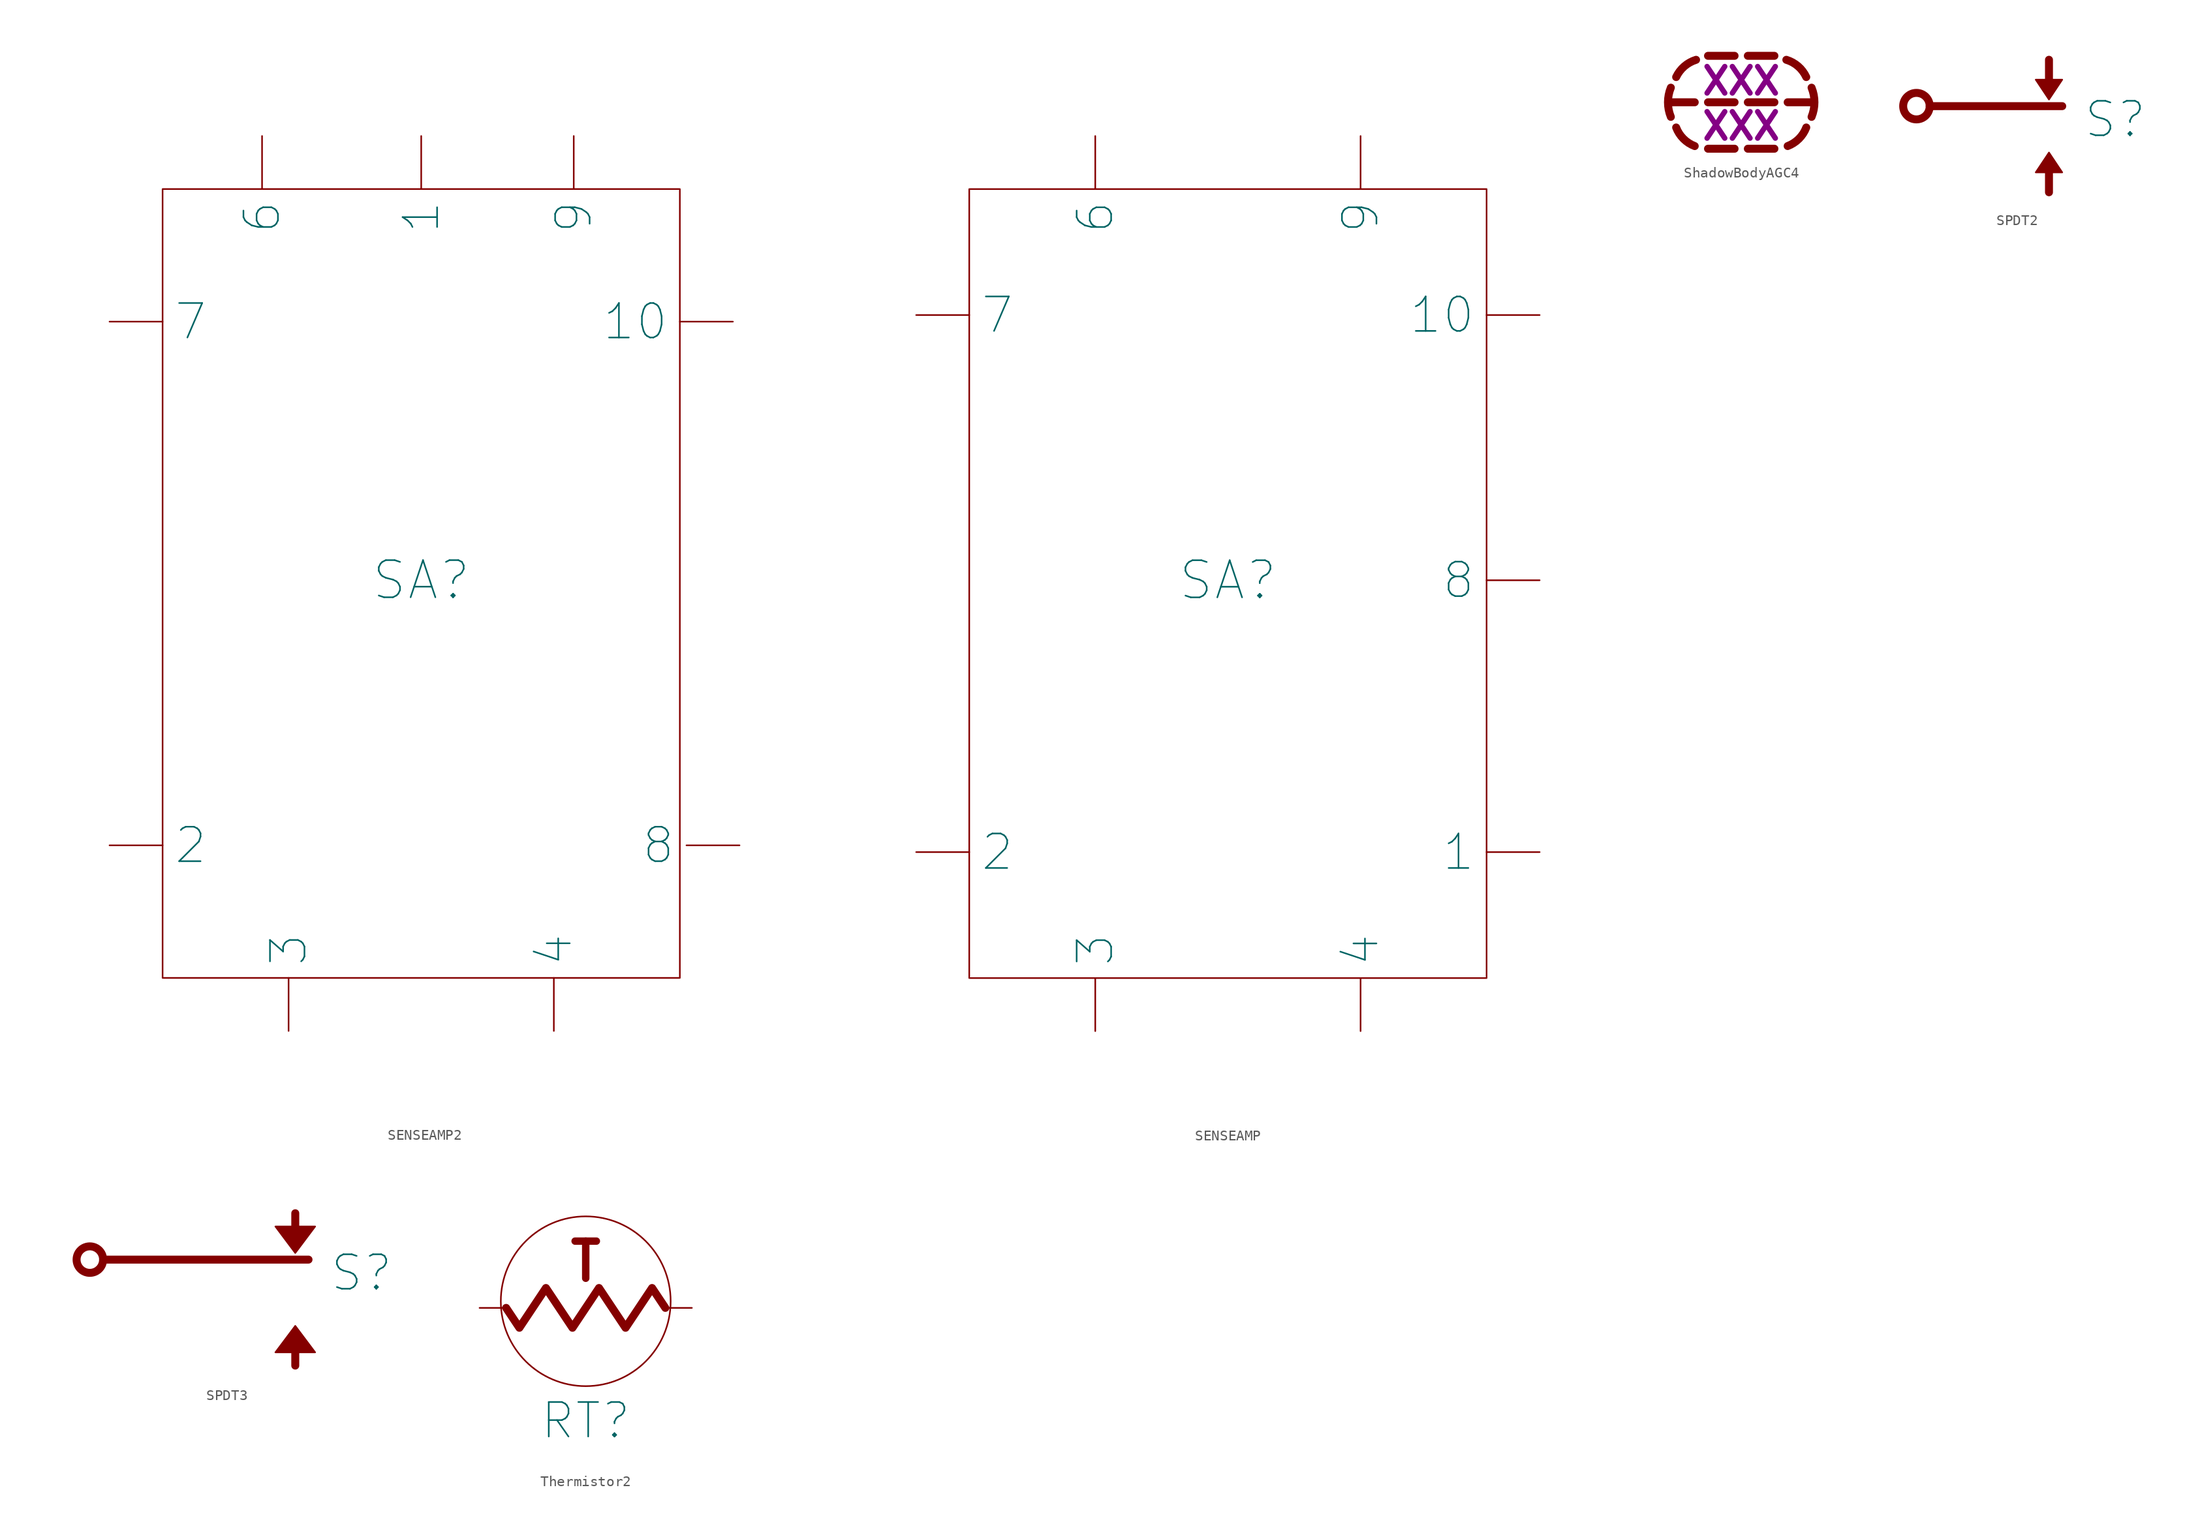
<source format=kicad_sym>
(kicad_symbol_lib
  (version 20211014)
  (generator kicad_symbol_editor)
  (symbol "SENSEAMP2"
    (pin_numbers hide)
    (pin_names
      (offset 1.016))
    (property "Reference" "SA"
      (at 0 0 0)
      (effects (font (size 3.556 3.556))))
    (symbol "SENSEAMP2_0_1"
      (rectangle (start -24.765 37.465) (end 24.765 -38.1) (stroke (width 0) (type default) (color 0 0 0 0)) (fill (type none))))
    (symbol "SENSEAMP2_1_1"
      (pin passive line (at 0 42.545 270) (length 5.08) (name "1" (effects (font (size 3.302 3.302)))) (number "1" (effects (font (size 3.302 3.302)))))
      (pin passive line (at 29.845 24.765 180) (length 5.08) (name "10" (effects (font (size 3.302 3.302)))) (number "10" (effects (font (size 3.302 3.302)))))
      (pin passive line (at -29.845 -25.4 0) (length 5.08) (name "2" (effects (font (size 3.302 3.302)))) (number "2" (effects (font (size 3.302 3.302)))))
      (pin passive line (at -12.7 -43.18 90) (length 5.08) (name "3" (effects (font (size 3.302 3.302)))) (number "3" (effects (font (size 3.302 3.302)))))
      (pin passive line (at 12.7 -43.18 90) (length 5.08) (name "4" (effects (font (size 3.302 3.302)))) (number "4" (effects (font (size 3.302 3.302)))))
      (pin passive line (at -15.24 42.545 270) (length 5.08) (name "6" (effects (font (size 3.302 3.302)))) (number "6" (effects (font (size 3.302 3.302)))))
      (pin passive line (at -29.845 24.765 0) (length 5.08) (name "7" (effects (font (size 3.302 3.302)))) (number "7" (effects (font (size 3.302 3.302)))))
      (pin passive line (at 30.48 -25.4 180) (length 5.08) (name "8" (effects (font (size 3.302 3.302)))) (number "8" (effects (font (size 3.302 3.302)))))
      (pin passive line (at 14.605 42.545 270) (length 5.08) (name "9" (effects (font (size 3.302 3.302)))) (number "9" (effects (font (size 3.302 3.302)))))))
  (symbol "SENSEAMP"
    (pin_numbers hide)
    (pin_names
      (offset 1.016))
    (property "Reference" "SA"
      (at 0 0 0)
      (effects (font (size 3.556 3.556))))
    (symbol "SENSEAMP_0_1"
      (rectangle (start -24.765 37.465) (end 24.765 -38.1) (stroke (width 0) (type default) (color 0 0 0 0)) (fill (type none))))
    (symbol "SENSEAMP_1_1"
      (pin passive line (at 29.845 -26.035 180) (length 5.08) (name "1" (effects (font (size 3.302 3.302)))) (number "1" (effects (font (size 3.302 3.302)))))
      (pin passive line (at 29.845 25.4 180) (length 5.08) (name "10" (effects (font (size 3.302 3.302)))) (number "10" (effects (font (size 3.302 3.302)))))
      (pin passive line (at -29.845 -26.035 0) (length 5.08) (name "2" (effects (font (size 3.302 3.302)))) (number "2" (effects (font (size 3.302 3.302)))))
      (pin passive line (at -12.7 -43.18 90) (length 5.08) (name "3" (effects (font (size 3.302 3.302)))) (number "3" (effects (font (size 3.302 3.302)))))
      (pin passive line (at 12.7 -43.18 90) (length 5.08) (name "4" (effects (font (size 3.302 3.302)))) (number "4" (effects (font (size 3.302 3.302)))))
      (pin passive line (at -12.7 42.545 270) (length 5.08) (name "6" (effects (font (size 3.302 3.302)))) (number "6" (effects (font (size 3.302 3.302)))))
      (pin passive line (at -29.845 25.4 0) (length 5.08) (name "7" (effects (font (size 3.302 3.302)))) (number "7" (effects (font (size 3.302 3.302)))))
      (pin passive line (at 29.845 0 180) (length 5.08) (name "8" (effects (font (size 3.302 3.302)))) (number "8" (effects (font (size 3.302 3.302)))))
      (pin passive line (at 12.7 42.545 270) (length 5.08) (name "9" (effects (font (size 3.302 3.302)))) (number "9" (effects (font (size 3.302 3.302)))))))
  (symbol "ShadowBodyAGC4"
    (pin_numbers hide)
    (pin_names
      (offset 0) hide)
    (property "Reference" "X"
      (at 1.27 -7.62 0)
      (effects (font (size 3.556 3.556)) hide))
    (property "agc4" "XXX"
      (at 0 2.032 0)
      (effects (font (size 2.54 2.54) bold)))
    (property "agc5" "XXX"
      (at 0 -2.286 0)
      (effects (font (size 2.54 2.54) bold)))
    (symbol "ShadowBodyAGC4_0_1"
      (polyline (pts (xy -3.175 0) (xy -0.635 0)) (stroke (width 0.762) (type default) (color 0 0 0 0)) (fill (type none)))
      (arc (start 6.223 2.413) (mid 5.4462 3.4419) (end 4.318 4.064) (stroke (width 0.762) (type default) (color 0 0 0 0)) (fill (type none)))
      (arc (start 6.731 -1.397) (mid 7.0047 0) (end 6.731 1.397) (stroke (width 0.762) (type default) (color 0 0 0 0)) (fill (type none))))
    (symbol "ShadowBodyAGC4_1_1"
      (arc (start -6.731 1.397) (mid -7.0047 0) (end -6.731 -1.397) (stroke (width 0.762) (type default) (color 0 0 0 0)) (fill (type none)))
      (arc (start -6.223 -2.413) (mid -5.5243 -3.4923) (end -4.445 -4.191) (stroke (width 0.762) (type default) (color 0 0 0 0)) (fill (type none)))
      (arc (start -4.318 4.064) (mid -5.4435 3.4388) (end -6.223 2.413) (stroke (width 0.762) (type default) (color 0 0 0 0)) (fill (type none)))
      (polyline (pts (xy -4.445 0) (xy -6.985 0)) (stroke (width 0.762) (type default) (color 0 0 0 0)) (fill (type none)))
      (polyline (pts (xy -3.175 -4.445) (xy -0.635 -4.445)) (stroke (width 0.762) (type default) (color 0 0 0 0)) (fill (type none)))
      (polyline (pts (xy -3.175 4.445) (xy -0.635 4.445)) (stroke (width 0.762) (type default) (color 0 0 0 0)) (fill (type none)))
      (polyline (pts (xy 0.635 -4.445) (xy 3.175 -4.445)) (stroke (width 0.762) (type default) (color 0 0 0 0)) (fill (type none)))
      (polyline (pts (xy 0.635 0) (xy 3.175 0)) (stroke (width 0.762) (type default) (color 0 0 0 0)) (fill (type none)))
      (polyline (pts (xy 0.635 4.445) (xy 3.175 4.445)) (stroke (width 0.762) (type default) (color 0 0 0 0)) (fill (type none)))
      (polyline (pts (xy 4.445 0) (xy 6.985 0)) (stroke (width 0.762) (type default) (color 0 0 0 0)) (fill (type none)))
      (arc (start 4.445 -4.191) (mid 5.5243 -3.4923) (end 6.223 -2.413) (stroke (width 0.762) (type default) (color 0 0 0 0)) (fill (type none)))))
  (symbol "SPDT2"
    (pin_numbers hide)
    (pin_names
      (offset 0) hide)
    (property "Reference" "S"
      (at 10.795 1.27 0)
      (effects (font (size 3.302 3.302))))
    (symbol "SPDT2_0_0"
      (polyline (pts (xy -6.985 2.54) (xy 5.715 2.54)) (stroke (width 0.762) (type default) (color 0 0 0 0)) (fill (type none))))
    (symbol "SPDT2_0_1"
      (circle (center -8.255 2.54) (radius 1.27) (stroke (width 0.762) (type default) (color 0 0 0 0)) (fill (type none)))
      (polyline (pts (xy 4.445 -5.715) (xy 4.445 -3.81)) (stroke (width 0.762) (type default) (color 0 0 0 0)) (fill (type none)))
      (polyline (pts (xy 4.445 6.985) (xy 4.445 4.445)) (stroke (width 0.762) (type default) (color 0 0 0 0)) (fill (type none))))
    (symbol "SPDT2_1_1"
      (polyline (pts (xy 3.175 5.08) (xy 4.445 3.175) (xy 5.715 5.08) (xy 3.175 5.08)) (stroke (width 0) (type default) (color 0 0 0 0)) (fill (type outline)))
      (polyline (pts (xy 5.715 -3.81) (xy 4.445 -1.905) (xy 3.175 -3.81) (xy 5.715 -3.81)) (stroke (width 0) (type default) (color 0 0 0 0)) (fill (type outline)))
      (pin passive line (at -9.525 2.54 0) (length 0) (name "1" (effects (font (size 3.556 3.556)))) (number "1" (effects (font (size 3.556 3.556)))))
      (pin passive line (at 4.445 6.985 270) (length 0) (name "2" (effects (font (size 3.556 3.556)))) (number "2" (effects (font (size 3.556 3.556)))))
      (pin passive line (at 4.445 -5.715 90) (length 0) (name "3" (effects (font (size 3.556 3.556)))) (number "3" (effects (font (size 3.556 3.556)))))))
  (symbol "SPDT3"
    (pin_numbers hide)
    (pin_names
      (offset 0) hide)
    (property "Reference" "S"
      (at 10.795 1.27 0)
      (effects (font (size 3.302 3.302))))
    (symbol "SPDT3_0_0"
      (polyline (pts (xy -13.97 2.54) (xy 5.715 2.54)) (stroke (width 0.762) (type default) (color 0 0 0 0)) (fill (type none))))
    (symbol "SPDT3_0_1"
      (circle (center -15.24 2.54) (radius 1.27) (stroke (width 0.762) (type default) (color 0 0 0 0)) (fill (type none)))
      (polyline (pts (xy 4.445 -7.62) (xy 4.445 -5.715)) (stroke (width 0.762) (type default) (color 0 0 0 0)) (fill (type none)))
      (polyline (pts (xy 4.445 6.985) (xy 4.445 4.445)) (stroke (width 0.762) (type default) (color 0 0 0 0)) (fill (type none))))
    (symbol "SPDT3_1_1"
      (polyline (pts (xy 2.54 5.715) (xy 4.445 3.175) (xy 6.35 5.715) (xy 2.54 5.715)) (stroke (width 0) (type default) (color 0 0 0 0)) (fill (type outline)))
      (polyline (pts (xy 6.35 -6.35) (xy 4.445 -3.81) (xy 2.54 -6.35) (xy 6.35 -6.35)) (stroke (width 0) (type default) (color 0 0 0 0)) (fill (type outline)))
      (pin passive line (at -15.24 3.81 270) (length 0) (name "1" (effects (font (size 3.556 3.556)))) (number "1" (effects (font (size 3.556 3.556)))))
      (pin passive line (at 4.445 6.985 270) (length 0) (name "2" (effects (font (size 3.556 3.556)))) (number "2" (effects (font (size 3.556 3.556)))))
      (pin passive line (at 4.445 -7.62 90) (length 0) (name "3" (effects (font (size 3.556 3.556)))) (number "3" (effects (font (size 3.556 3.556)))))))
  (symbol "Thermistor2"
    (pin_numbers hide)
    (pin_names
      (offset 0) hide)
    (property "Reference" "RT"
      (at 0 -10.795 0)
      (effects (font (size 3.302 3.302))))
    (symbol "Thermistor2_0_0"
      (text "T" (at 0 4.445 0) (effects (font (size 3.556 3.556) bold))))
    (symbol "Thermistor2_0_1"
      (polyline (pts (xy -7.62 0) (xy -6.35 -1.905) (xy -3.81 1.905) (xy -1.27 -1.905) (xy 1.27 1.905) (xy 3.81 -1.905) (xy 6.35 1.905) (xy 7.62 0)) (stroke (width 0.762) (type default) (color 0 0 0 0)) (fill (type none)))
      (circle (center 0 0.635) (radius 8.128) (stroke (width 0) (type default) (color 0 0 0 0)) (fill (type none))))
    (symbol "Thermistor2_1_1"
      (pin passive line (at -10.16 0 0) (length 2.54) (name "1" (effects (font (size 1.27 1.27)))) (number "1" (effects (font (size 1.27 1.27)))))
      (pin passive line (at 10.16 0 180) (length 2.54) (name "2" (effects (font (size 1.27 1.27)))) (number "2" (effects (font (size 1.27 1.27))))))))
</source>
